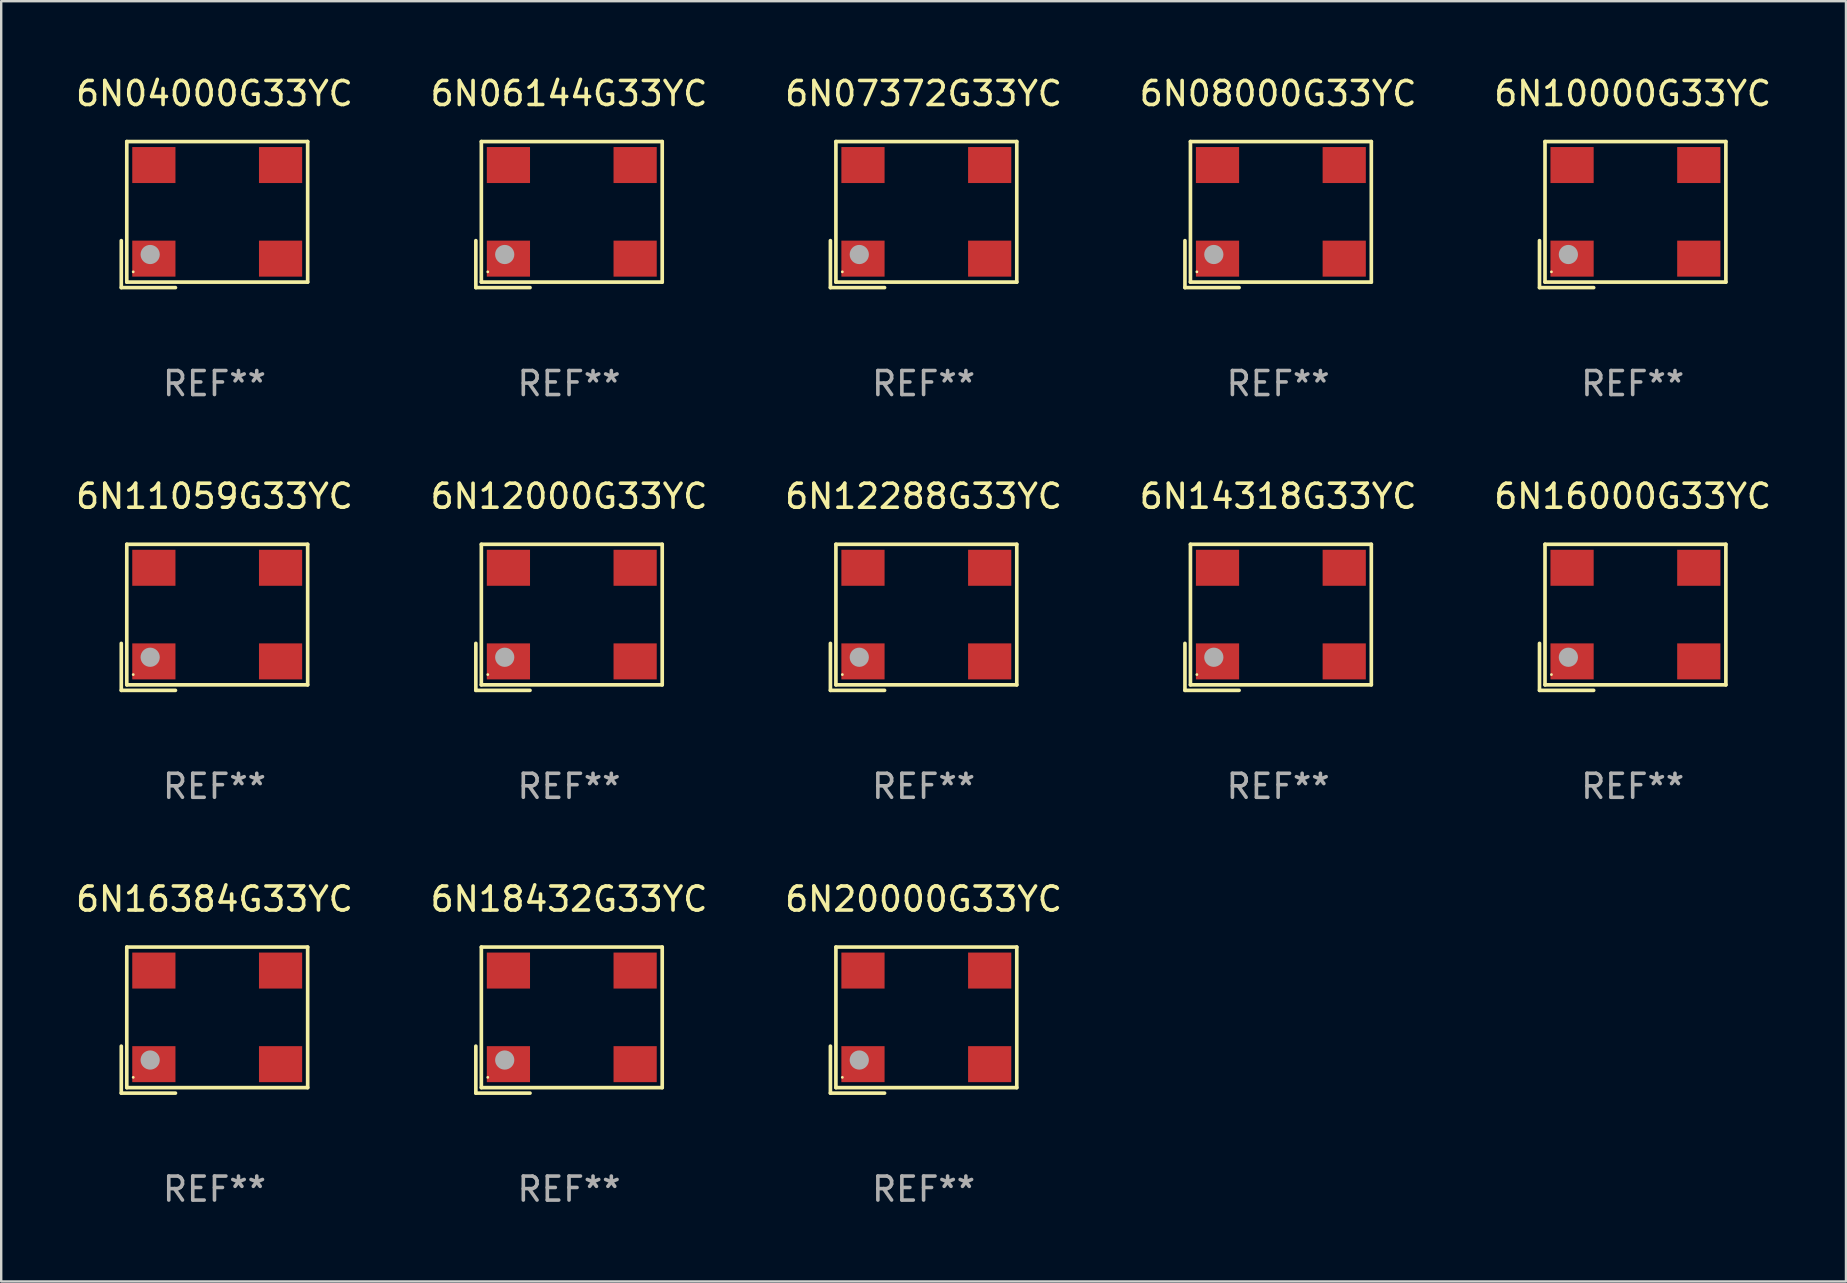
<source format=kicad_pcb>
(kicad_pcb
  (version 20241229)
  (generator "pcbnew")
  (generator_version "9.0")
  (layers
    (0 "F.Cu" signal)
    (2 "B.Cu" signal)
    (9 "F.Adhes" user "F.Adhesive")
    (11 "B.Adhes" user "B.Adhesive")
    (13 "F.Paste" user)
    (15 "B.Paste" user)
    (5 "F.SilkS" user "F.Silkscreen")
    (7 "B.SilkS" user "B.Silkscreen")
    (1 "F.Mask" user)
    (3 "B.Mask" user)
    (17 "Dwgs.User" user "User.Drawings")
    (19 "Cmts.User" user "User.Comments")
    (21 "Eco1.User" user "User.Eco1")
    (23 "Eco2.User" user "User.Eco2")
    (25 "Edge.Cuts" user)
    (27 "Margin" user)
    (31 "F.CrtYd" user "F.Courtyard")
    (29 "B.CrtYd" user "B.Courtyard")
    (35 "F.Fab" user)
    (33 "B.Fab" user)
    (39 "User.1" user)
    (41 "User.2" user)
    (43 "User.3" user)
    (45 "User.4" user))
  (footprint "6N07372G33YC"
    (layer "F.Cu")
    (at 35.435 5.891)
    (property "Reference" "6N07372G33YC" (at 0 -5.043 0) (layer "F.SilkS") (effects (font (size 1 1) (thickness 0.15))))
    (attr through_hole)
    (fp_line (start -3.883 1.086) (end -3.883 3.043) (stroke (width 0.152) (type solid)) (layer "F.SilkS"))
    (fp_line (start -3.883 3.043) (end -1.626 3.043) (stroke (width 0.152) (type solid)) (layer "F.SilkS"))
    (fp_line (start -3.654 -3.043) (end 3.883 -3.043) (stroke (width 0.152) (type solid)) (layer "F.SilkS"))
    (fp_line (start -3.654 2.814) (end -3.654 -3.043) (stroke (width 0.152) (type solid)) (layer "F.SilkS"))
    (fp_line (start 3.883 -3.043) (end 3.883 2.814) (stroke (width 0.152) (type solid)) (layer "F.SilkS"))
    (fp_line (start 3.883 2.814) (end -3.654 2.814) (stroke (width 0.152) (type solid)) (layer "F.SilkS"))
    (fp_circle (center -3.386 2.386) (end -3.356 2.386) (stroke (width 0.06) (type solid)) (fill no) (layer "F.SilkS"))
    (fp_circle (center -2.68 1.664) (end -2.48 1.664) (stroke (width 0.4) (type solid)) (fill no) (layer "F.Fab"))
    (fp_text user "REF**" (at 0 7.043 0) (layer "F.Fab") (effects (font (size 1 1) (thickness 0.15))))
    (pad "1" smd rect (at -2.526 1.836) (size 1.8 1.5) (layers "F.Cu" "F.Mask" "F.Paste"))
    (pad "2" smd rect (at 2.754 1.836) (size 1.8 1.5) (layers "F.Cu" "F.Mask" "F.Paste"))
    (pad "3" smd rect (at 2.754 -2.064) (size 1.8 1.5) (layers "F.Cu" "F.Mask" "F.Paste"))
    (pad "4" smd rect (at -2.526 -2.064) (size 1.8 1.5) (layers "F.Cu" "F.Mask" "F.Paste")))
  (footprint "6N12288G33YC"
    (layer "F.Cu")
    (at 35.435 22.673)
    (property "Reference" "6N12288G33YC" (at 0 -5.043 0) (layer "F.SilkS") (effects (font (size 1 1) (thickness 0.15))))
    (attr through_hole)
    (fp_line (start -3.883 1.086) (end -3.883 3.043) (stroke (width 0.152) (type solid)) (layer "F.SilkS"))
    (fp_line (start -3.883 3.043) (end -1.626 3.043) (stroke (width 0.152) (type solid)) (layer "F.SilkS"))
    (fp_line (start -3.654 -3.043) (end 3.883 -3.043) (stroke (width 0.152) (type solid)) (layer "F.SilkS"))
    (fp_line (start -3.654 2.814) (end -3.654 -3.043) (stroke (width 0.152) (type solid)) (layer "F.SilkS"))
    (fp_line (start 3.883 -3.043) (end 3.883 2.814) (stroke (width 0.152) (type solid)) (layer "F.SilkS"))
    (fp_line (start 3.883 2.814) (end -3.654 2.814) (stroke (width 0.152) (type solid)) (layer "F.SilkS"))
    (fp_circle (center -3.386 2.386) (end -3.356 2.386) (stroke (width 0.06) (type solid)) (fill no) (layer "F.SilkS"))
    (fp_circle (center -2.68 1.664) (end -2.48 1.664) (stroke (width 0.4) (type solid)) (fill no) (layer "F.Fab"))
    (fp_text user "REF**" (at 0 7.043 0) (layer "F.Fab") (effects (font (size 1 1) (thickness 0.15))))
    (pad "1" smd rect (at -2.526 1.836) (size 1.8 1.5) (layers "F.Cu" "F.Mask" "F.Paste"))
    (pad "2" smd rect (at 2.754 1.836) (size 1.8 1.5) (layers "F.Cu" "F.Mask" "F.Paste"))
    (pad "3" smd rect (at 2.754 -2.064) (size 1.8 1.5) (layers "F.Cu" "F.Mask" "F.Paste"))
    (pad "4" smd rect (at -2.526 -2.064) (size 1.8 1.5) (layers "F.Cu" "F.Mask" "F.Paste")))
  (footprint "6N20000G33YC"
    (layer "F.Cu")
    (at 35.435 39.456)
    (property "Reference" "6N20000G33YC" (at 0 -5.043 0) (layer "F.SilkS") (effects (font (size 1 1) (thickness 0.15))))
    (attr through_hole)
    (fp_line (start -3.883 1.086) (end -3.883 3.043) (stroke (width 0.152) (type solid)) (layer "F.SilkS"))
    (fp_line (start -3.883 3.043) (end -1.626 3.043) (stroke (width 0.152) (type solid)) (layer "F.SilkS"))
    (fp_line (start -3.654 -3.043) (end 3.883 -3.043) (stroke (width 0.152) (type solid)) (layer "F.SilkS"))
    (fp_line (start -3.654 2.814) (end -3.654 -3.043) (stroke (width 0.152) (type solid)) (layer "F.SilkS"))
    (fp_line (start 3.883 -3.043) (end 3.883 2.814) (stroke (width 0.152) (type solid)) (layer "F.SilkS"))
    (fp_line (start 3.883 2.814) (end -3.654 2.814) (stroke (width 0.152) (type solid)) (layer "F.SilkS"))
    (fp_circle (center -3.386 2.386) (end -3.356 2.386) (stroke (width 0.06) (type solid)) (fill no) (layer "F.SilkS"))
    (fp_circle (center -2.68 1.664) (end -2.48 1.664) (stroke (width 0.4) (type solid)) (fill no) (layer "F.Fab"))
    (fp_text user "REF**" (at 0 7.043 0) (layer "F.Fab") (effects (font (size 1 1) (thickness 0.15))))
    (pad "1" smd rect (at -2.526 1.836) (size 1.8 1.5) (layers "F.Cu" "F.Mask" "F.Paste"))
    (pad "2" smd rect (at 2.754 1.836) (size 1.8 1.5) (layers "F.Cu" "F.Mask" "F.Paste"))
    (pad "3" smd rect (at 2.754 -2.064) (size 1.8 1.5) (layers "F.Cu" "F.Mask" "F.Paste"))
    (pad "4" smd rect (at -2.526 -2.064) (size 1.8 1.5) (layers "F.Cu" "F.Mask" "F.Paste")))
  (footprint "6N18432G33YC"
    (layer "F.Cu")
    (at 20.661 39.456)
    (property "Reference" "6N18432G33YC" (at 0 -5.043 0) (layer "F.SilkS") (effects (font (size 1 1) (thickness 0.15))))
    (attr through_hole)
    (fp_line (start -3.883 1.086) (end -3.883 3.043) (stroke (width 0.152) (type solid)) (layer "F.SilkS"))
    (fp_line (start -3.883 3.043) (end -1.626 3.043) (stroke (width 0.152) (type solid)) (layer "F.SilkS"))
    (fp_line (start -3.654 -3.043) (end 3.883 -3.043) (stroke (width 0.152) (type solid)) (layer "F.SilkS"))
    (fp_line (start -3.654 2.814) (end -3.654 -3.043) (stroke (width 0.152) (type solid)) (layer "F.SilkS"))
    (fp_line (start 3.883 -3.043) (end 3.883 2.814) (stroke (width 0.152) (type solid)) (layer "F.SilkS"))
    (fp_line (start 3.883 2.814) (end -3.654 2.814) (stroke (width 0.152) (type solid)) (layer "F.SilkS"))
    (fp_circle (center -3.386 2.386) (end -3.356 2.386) (stroke (width 0.06) (type solid)) (fill no) (layer "F.SilkS"))
    (fp_circle (center -2.68 1.664) (end -2.48 1.664) (stroke (width 0.4) (type solid)) (fill no) (layer "F.Fab"))
    (fp_text user "REF**" (at 0 7.043 0) (layer "F.Fab") (effects (font (size 1 1) (thickness 0.15))))
    (pad "1" smd rect (at -2.526 1.836) (size 1.8 1.5) (layers "F.Cu" "F.Mask" "F.Paste"))
    (pad "2" smd rect (at 2.754 1.836) (size 1.8 1.5) (layers "F.Cu" "F.Mask" "F.Paste"))
    (pad "3" smd rect (at 2.754 -2.064) (size 1.8 1.5) (layers "F.Cu" "F.Mask" "F.Paste"))
    (pad "4" smd rect (at -2.526 -2.064) (size 1.8 1.5) (layers "F.Cu" "F.Mask" "F.Paste")))
  (footprint "6N04000G33YC"
    (layer "F.Cu")
    (at 5.887 5.891)
    (property "Reference" "6N04000G33YC" (at 0 -5.043 0) (layer "F.SilkS") (effects (font (size 1 1) (thickness 0.15))))
    (attr through_hole)
    (fp_line (start -3.883 1.086) (end -3.883 3.043) (stroke (width 0.152) (type solid)) (layer "F.SilkS"))
    (fp_line (start -3.883 3.043) (end -1.626 3.043) (stroke (width 0.152) (type solid)) (layer "F.SilkS"))
    (fp_line (start -3.654 -3.043) (end 3.883 -3.043) (stroke (width 0.152) (type solid)) (layer "F.SilkS"))
    (fp_line (start -3.654 2.814) (end -3.654 -3.043) (stroke (width 0.152) (type solid)) (layer "F.SilkS"))
    (fp_line (start 3.883 -3.043) (end 3.883 2.814) (stroke (width 0.152) (type solid)) (layer "F.SilkS"))
    (fp_line (start 3.883 2.814) (end -3.654 2.814) (stroke (width 0.152) (type solid)) (layer "F.SilkS"))
    (fp_circle (center -3.386 2.386) (end -3.356 2.386) (stroke (width 0.06) (type solid)) (fill no) (layer "F.SilkS"))
    (fp_circle (center -2.68 1.664) (end -2.48 1.664) (stroke (width 0.4) (type solid)) (fill no) (layer "F.Fab"))
    (fp_text user "REF**" (at 0 7.043 0) (layer "F.Fab") (effects (font (size 1 1) (thickness 0.15))))
    (pad "1" smd rect (at -2.526 1.836) (size 1.8 1.5) (layers "F.Cu" "F.Mask" "F.Paste"))
    (pad "2" smd rect (at 2.754 1.836) (size 1.8 1.5) (layers "F.Cu" "F.Mask" "F.Paste"))
    (pad "3" smd rect (at 2.754 -2.064) (size 1.8 1.5) (layers "F.Cu" "F.Mask" "F.Paste"))
    (pad "4" smd rect (at -2.526 -2.064) (size 1.8 1.5) (layers "F.Cu" "F.Mask" "F.Paste")))
  (footprint "6N14318G33YC"
    (layer "F.Cu")
    (at 50.208 22.673)
    (property "Reference" "6N14318G33YC" (at 0 -5.043 0) (layer "F.SilkS") (effects (font (size 1 1) (thickness 0.15))))
    (attr through_hole)
    (fp_line (start -3.883 1.086) (end -3.883 3.043) (stroke (width 0.152) (type solid)) (layer "F.SilkS"))
    (fp_line (start -3.883 3.043) (end -1.626 3.043) (stroke (width 0.152) (type solid)) (layer "F.SilkS"))
    (fp_line (start -3.654 -3.043) (end 3.883 -3.043) (stroke (width 0.152) (type solid)) (layer "F.SilkS"))
    (fp_line (start -3.654 2.814) (end -3.654 -3.043) (stroke (width 0.152) (type solid)) (layer "F.SilkS"))
    (fp_line (start 3.883 -3.043) (end 3.883 2.814) (stroke (width 0.152) (type solid)) (layer "F.SilkS"))
    (fp_line (start 3.883 2.814) (end -3.654 2.814) (stroke (width 0.152) (type solid)) (layer "F.SilkS"))
    (fp_circle (center -3.386 2.386) (end -3.356 2.386) (stroke (width 0.06) (type solid)) (fill no) (layer "F.SilkS"))
    (fp_circle (center -2.68 1.664) (end -2.48 1.664) (stroke (width 0.4) (type solid)) (fill no) (layer "F.Fab"))
    (fp_text user "REF**" (at 0 7.043 0) (layer "F.Fab") (effects (font (size 1 1) (thickness 0.15))))
    (pad "1" smd rect (at -2.526 1.836) (size 1.8 1.5) (layers "F.Cu" "F.Mask" "F.Paste"))
    (pad "2" smd rect (at 2.754 1.836) (size 1.8 1.5) (layers "F.Cu" "F.Mask" "F.Paste"))
    (pad "3" smd rect (at 2.754 -2.064) (size 1.8 1.5) (layers "F.Cu" "F.Mask" "F.Paste"))
    (pad "4" smd rect (at -2.526 -2.064) (size 1.8 1.5) (layers "F.Cu" "F.Mask" "F.Paste")))
  (footprint "6N16000G33YC"
    (layer "F.Cu")
    (at 64.982 22.673)
    (property "Reference" "6N16000G33YC" (at 0 -5.043 0) (layer "F.SilkS") (effects (font (size 1 1) (thickness 0.15))))
    (attr through_hole)
    (fp_line (start -3.883 1.086) (end -3.883 3.043) (stroke (width 0.152) (type solid)) (layer "F.SilkS"))
    (fp_line (start -3.883 3.043) (end -1.626 3.043) (stroke (width 0.152) (type solid)) (layer "F.SilkS"))
    (fp_line (start -3.654 -3.043) (end 3.883 -3.043) (stroke (width 0.152) (type solid)) (layer "F.SilkS"))
    (fp_line (start -3.654 2.814) (end -3.654 -3.043) (stroke (width 0.152) (type solid)) (layer "F.SilkS"))
    (fp_line (start 3.883 -3.043) (end 3.883 2.814) (stroke (width 0.152) (type solid)) (layer "F.SilkS"))
    (fp_line (start 3.883 2.814) (end -3.654 2.814) (stroke (width 0.152) (type solid)) (layer "F.SilkS"))
    (fp_circle (center -3.386 2.386) (end -3.356 2.386) (stroke (width 0.06) (type solid)) (fill no) (layer "F.SilkS"))
    (fp_circle (center -2.68 1.664) (end -2.48 1.664) (stroke (width 0.4) (type solid)) (fill no) (layer "F.Fab"))
    (fp_text user "REF**" (at 0 7.043 0) (layer "F.Fab") (effects (font (size 1 1) (thickness 0.15))))
    (pad "1" smd rect (at -2.526 1.836) (size 1.8 1.5) (layers "F.Cu" "F.Mask" "F.Paste"))
    (pad "2" smd rect (at 2.754 1.836) (size 1.8 1.5) (layers "F.Cu" "F.Mask" "F.Paste"))
    (pad "3" smd rect (at 2.754 -2.064) (size 1.8 1.5) (layers "F.Cu" "F.Mask" "F.Paste"))
    (pad "4" smd rect (at -2.526 -2.064) (size 1.8 1.5) (layers "F.Cu" "F.Mask" "F.Paste")))
  (footprint "6N08000G33YC"
    (layer "F.Cu")
    (at 50.208 5.891)
    (property "Reference" "6N08000G33YC" (at 0 -5.043 0) (layer "F.SilkS") (effects (font (size 1 1) (thickness 0.15))))
    (attr through_hole)
    (fp_line (start -3.883 1.086) (end -3.883 3.043) (stroke (width 0.152) (type solid)) (layer "F.SilkS"))
    (fp_line (start -3.883 3.043) (end -1.626 3.043) (stroke (width 0.152) (type solid)) (layer "F.SilkS"))
    (fp_line (start -3.654 -3.043) (end 3.883 -3.043) (stroke (width 0.152) (type solid)) (layer "F.SilkS"))
    (fp_line (start -3.654 2.814) (end -3.654 -3.043) (stroke (width 0.152) (type solid)) (layer "F.SilkS"))
    (fp_line (start 3.883 -3.043) (end 3.883 2.814) (stroke (width 0.152) (type solid)) (layer "F.SilkS"))
    (fp_line (start 3.883 2.814) (end -3.654 2.814) (stroke (width 0.152) (type solid)) (layer "F.SilkS"))
    (fp_circle (center -3.386 2.386) (end -3.356 2.386) (stroke (width 0.06) (type solid)) (fill no) (layer "F.SilkS"))
    (fp_circle (center -2.68 1.664) (end -2.48 1.664) (stroke (width 0.4) (type solid)) (fill no) (layer "F.Fab"))
    (fp_text user "REF**" (at 0 7.043 0) (layer "F.Fab") (effects (font (size 1 1) (thickness 0.15))))
    (pad "1" smd rect (at -2.526 1.836) (size 1.8 1.5) (layers "F.Cu" "F.Mask" "F.Paste"))
    (pad "2" smd rect (at 2.754 1.836) (size 1.8 1.5) (layers "F.Cu" "F.Mask" "F.Paste"))
    (pad "3" smd rect (at 2.754 -2.064) (size 1.8 1.5) (layers "F.Cu" "F.Mask" "F.Paste"))
    (pad "4" smd rect (at -2.526 -2.064) (size 1.8 1.5) (layers "F.Cu" "F.Mask" "F.Paste")))
  (footprint "6N06144G33YC"
    (layer "F.Cu")
    (at 20.661 5.891)
    (property "Reference" "6N06144G33YC" (at 0 -5.043 0) (layer "F.SilkS") (effects (font (size 1 1) (thickness 0.15))))
    (attr through_hole)
    (fp_line (start -3.883 1.086) (end -3.883 3.043) (stroke (width 0.152) (type solid)) (layer "F.SilkS"))
    (fp_line (start -3.883 3.043) (end -1.626 3.043) (stroke (width 0.152) (type solid)) (layer "F.SilkS"))
    (fp_line (start -3.654 -3.043) (end 3.883 -3.043) (stroke (width 0.152) (type solid)) (layer "F.SilkS"))
    (fp_line (start -3.654 2.814) (end -3.654 -3.043) (stroke (width 0.152) (type solid)) (layer "F.SilkS"))
    (fp_line (start 3.883 -3.043) (end 3.883 2.814) (stroke (width 0.152) (type solid)) (layer "F.SilkS"))
    (fp_line (start 3.883 2.814) (end -3.654 2.814) (stroke (width 0.152) (type solid)) (layer "F.SilkS"))
    (fp_circle (center -3.386 2.386) (end -3.356 2.386) (stroke (width 0.06) (type solid)) (fill no) (layer "F.SilkS"))
    (fp_circle (center -2.68 1.664) (end -2.48 1.664) (stroke (width 0.4) (type solid)) (fill no) (layer "F.Fab"))
    (fp_text user "REF**" (at 0 7.043 0) (layer "F.Fab") (effects (font (size 1 1) (thickness 0.15))))
    (pad "1" smd rect (at -2.526 1.836) (size 1.8 1.5) (layers "F.Cu" "F.Mask" "F.Paste"))
    (pad "2" smd rect (at 2.754 1.836) (size 1.8 1.5) (layers "F.Cu" "F.Mask" "F.Paste"))
    (pad "3" smd rect (at 2.754 -2.064) (size 1.8 1.5) (layers "F.Cu" "F.Mask" "F.Paste"))
    (pad "4" smd rect (at -2.526 -2.064) (size 1.8 1.5) (layers "F.Cu" "F.Mask" "F.Paste")))
  (footprint "6N10000G33YC"
    (layer "F.Cu")
    (at 64.982 5.891)
    (property "Reference" "6N10000G33YC" (at 0 -5.043 0) (layer "F.SilkS") (effects (font (size 1 1) (thickness 0.15))))
    (attr through_hole)
    (fp_line (start -3.883 1.086) (end -3.883 3.043) (stroke (width 0.152) (type solid)) (layer "F.SilkS"))
    (fp_line (start -3.883 3.043) (end -1.626 3.043) (stroke (width 0.152) (type solid)) (layer "F.SilkS"))
    (fp_line (start -3.654 -3.043) (end 3.883 -3.043) (stroke (width 0.152) (type solid)) (layer "F.SilkS"))
    (fp_line (start -3.654 2.814) (end -3.654 -3.043) (stroke (width 0.152) (type solid)) (layer "F.SilkS"))
    (fp_line (start 3.883 -3.043) (end 3.883 2.814) (stroke (width 0.152) (type solid)) (layer "F.SilkS"))
    (fp_line (start 3.883 2.814) (end -3.654 2.814) (stroke (width 0.152) (type solid)) (layer "F.SilkS"))
    (fp_circle (center -3.386 2.386) (end -3.356 2.386) (stroke (width 0.06) (type solid)) (fill no) (layer "F.SilkS"))
    (fp_circle (center -2.68 1.664) (end -2.48 1.664) (stroke (width 0.4) (type solid)) (fill no) (layer "F.Fab"))
    (fp_text user "REF**" (at 0 7.043 0) (layer "F.Fab") (effects (font (size 1 1) (thickness 0.15))))
    (pad "1" smd rect (at -2.526 1.836) (size 1.8 1.5) (layers "F.Cu" "F.Mask" "F.Paste"))
    (pad "2" smd rect (at 2.754 1.836) (size 1.8 1.5) (layers "F.Cu" "F.Mask" "F.Paste"))
    (pad "3" smd rect (at 2.754 -2.064) (size 1.8 1.5) (layers "F.Cu" "F.Mask" "F.Paste"))
    (pad "4" smd rect (at -2.526 -2.064) (size 1.8 1.5) (layers "F.Cu" "F.Mask" "F.Paste")))
  (footprint "6N11059G33YC"
    (layer "F.Cu")
    (at 5.887 22.673)
    (property "Reference" "6N11059G33YC" (at 0 -5.043 0) (layer "F.SilkS") (effects (font (size 1 1) (thickness 0.15))))
    (attr through_hole)
    (fp_line (start -3.883 1.086) (end -3.883 3.043) (stroke (width 0.152) (type solid)) (layer "F.SilkS"))
    (fp_line (start -3.883 3.043) (end -1.626 3.043) (stroke (width 0.152) (type solid)) (layer "F.SilkS"))
    (fp_line (start -3.654 -3.043) (end 3.883 -3.043) (stroke (width 0.152) (type solid)) (layer "F.SilkS"))
    (fp_line (start -3.654 2.814) (end -3.654 -3.043) (stroke (width 0.152) (type solid)) (layer "F.SilkS"))
    (fp_line (start 3.883 -3.043) (end 3.883 2.814) (stroke (width 0.152) (type solid)) (layer "F.SilkS"))
    (fp_line (start 3.883 2.814) (end -3.654 2.814) (stroke (width 0.152) (type solid)) (layer "F.SilkS"))
    (fp_circle (center -3.386 2.386) (end -3.356 2.386) (stroke (width 0.06) (type solid)) (fill no) (layer "F.SilkS"))
    (fp_circle (center -2.68 1.664) (end -2.48 1.664) (stroke (width 0.4) (type solid)) (fill no) (layer "F.Fab"))
    (fp_text user "REF**" (at 0 7.043 0) (layer "F.Fab") (effects (font (size 1 1) (thickness 0.15))))
    (pad "1" smd rect (at -2.526 1.836) (size 1.8 1.5) (layers "F.Cu" "F.Mask" "F.Paste"))
    (pad "2" smd rect (at 2.754 1.836) (size 1.8 1.5) (layers "F.Cu" "F.Mask" "F.Paste"))
    (pad "3" smd rect (at 2.754 -2.064) (size 1.8 1.5) (layers "F.Cu" "F.Mask" "F.Paste"))
    (pad "4" smd rect (at -2.526 -2.064) (size 1.8 1.5) (layers "F.Cu" "F.Mask" "F.Paste")))
  (footprint "6N12000G33YC"
    (layer "F.Cu")
    (at 20.661 22.673)
    (property "Reference" "6N12000G33YC" (at 0 -5.043 0) (layer "F.SilkS") (effects (font (size 1 1) (thickness 0.15))))
    (attr through_hole)
    (fp_line (start -3.883 1.086) (end -3.883 3.043) (stroke (width 0.152) (type solid)) (layer "F.SilkS"))
    (fp_line (start -3.883 3.043) (end -1.626 3.043) (stroke (width 0.152) (type solid)) (layer "F.SilkS"))
    (fp_line (start -3.654 -3.043) (end 3.883 -3.043) (stroke (width 0.152) (type solid)) (layer "F.SilkS"))
    (fp_line (start -3.654 2.814) (end -3.654 -3.043) (stroke (width 0.152) (type solid)) (layer "F.SilkS"))
    (fp_line (start 3.883 -3.043) (end 3.883 2.814) (stroke (width 0.152) (type solid)) (layer "F.SilkS"))
    (fp_line (start 3.883 2.814) (end -3.654 2.814) (stroke (width 0.152) (type solid)) (layer "F.SilkS"))
    (fp_circle (center -3.386 2.386) (end -3.356 2.386) (stroke (width 0.06) (type solid)) (fill no) (layer "F.SilkS"))
    (fp_circle (center -2.68 1.664) (end -2.48 1.664) (stroke (width 0.4) (type solid)) (fill no) (layer "F.Fab"))
    (fp_text user "REF**" (at 0 7.043 0) (layer "F.Fab") (effects (font (size 1 1) (thickness 0.15))))
    (pad "1" smd rect (at -2.526 1.836) (size 1.8 1.5) (layers "F.Cu" "F.Mask" "F.Paste"))
    (pad "2" smd rect (at 2.754 1.836) (size 1.8 1.5) (layers "F.Cu" "F.Mask" "F.Paste"))
    (pad "3" smd rect (at 2.754 -2.064) (size 1.8 1.5) (layers "F.Cu" "F.Mask" "F.Paste"))
    (pad "4" smd rect (at -2.526 -2.064) (size 1.8 1.5) (layers "F.Cu" "F.Mask" "F.Paste")))
  (footprint "6N16384G33YC"
    (layer "F.Cu")
    (at 5.887 39.456)
    (property "Reference" "6N16384G33YC" (at 0 -5.043 0) (layer "F.SilkS") (effects (font (size 1 1) (thickness 0.15))))
    (attr through_hole)
    (fp_line (start -3.883 1.086) (end -3.883 3.043) (stroke (width 0.152) (type solid)) (layer "F.SilkS"))
    (fp_line (start -3.883 3.043) (end -1.626 3.043) (stroke (width 0.152) (type solid)) (layer "F.SilkS"))
    (fp_line (start -3.654 -3.043) (end 3.883 -3.043) (stroke (width 0.152) (type solid)) (layer "F.SilkS"))
    (fp_line (start -3.654 2.814) (end -3.654 -3.043) (stroke (width 0.152) (type solid)) (layer "F.SilkS"))
    (fp_line (start 3.883 -3.043) (end 3.883 2.814) (stroke (width 0.152) (type solid)) (layer "F.SilkS"))
    (fp_line (start 3.883 2.814) (end -3.654 2.814) (stroke (width 0.152) (type solid)) (layer "F.SilkS"))
    (fp_circle (center -3.386 2.386) (end -3.356 2.386) (stroke (width 0.06) (type solid)) (fill no) (layer "F.SilkS"))
    (fp_circle (center -2.68 1.664) (end -2.48 1.664) (stroke (width 0.4) (type solid)) (fill no) (layer "F.Fab"))
    (fp_text user "REF**" (at 0 7.043 0) (layer "F.Fab") (effects (font (size 1 1) (thickness 0.15))))
    (pad "1" smd rect (at -2.526 1.836) (size 1.8 1.5) (layers "F.Cu" "F.Mask" "F.Paste"))
    (pad "2" smd rect (at 2.754 1.836) (size 1.8 1.5) (layers "F.Cu" "F.Mask" "F.Paste"))
    (pad "3" smd rect (at 2.754 -2.064) (size 1.8 1.5) (layers "F.Cu" "F.Mask" "F.Paste"))
    (pad "4" smd rect (at -2.526 -2.064) (size 1.8 1.5) (layers "F.Cu" "F.Mask" "F.Paste")))
  (gr_rect
    (start -3 -3)
    (end 73.869 50.347)
    (stroke (width 0.1) (type default))
    (fill no)
    (layer "Edge.Cuts")))
</source>
